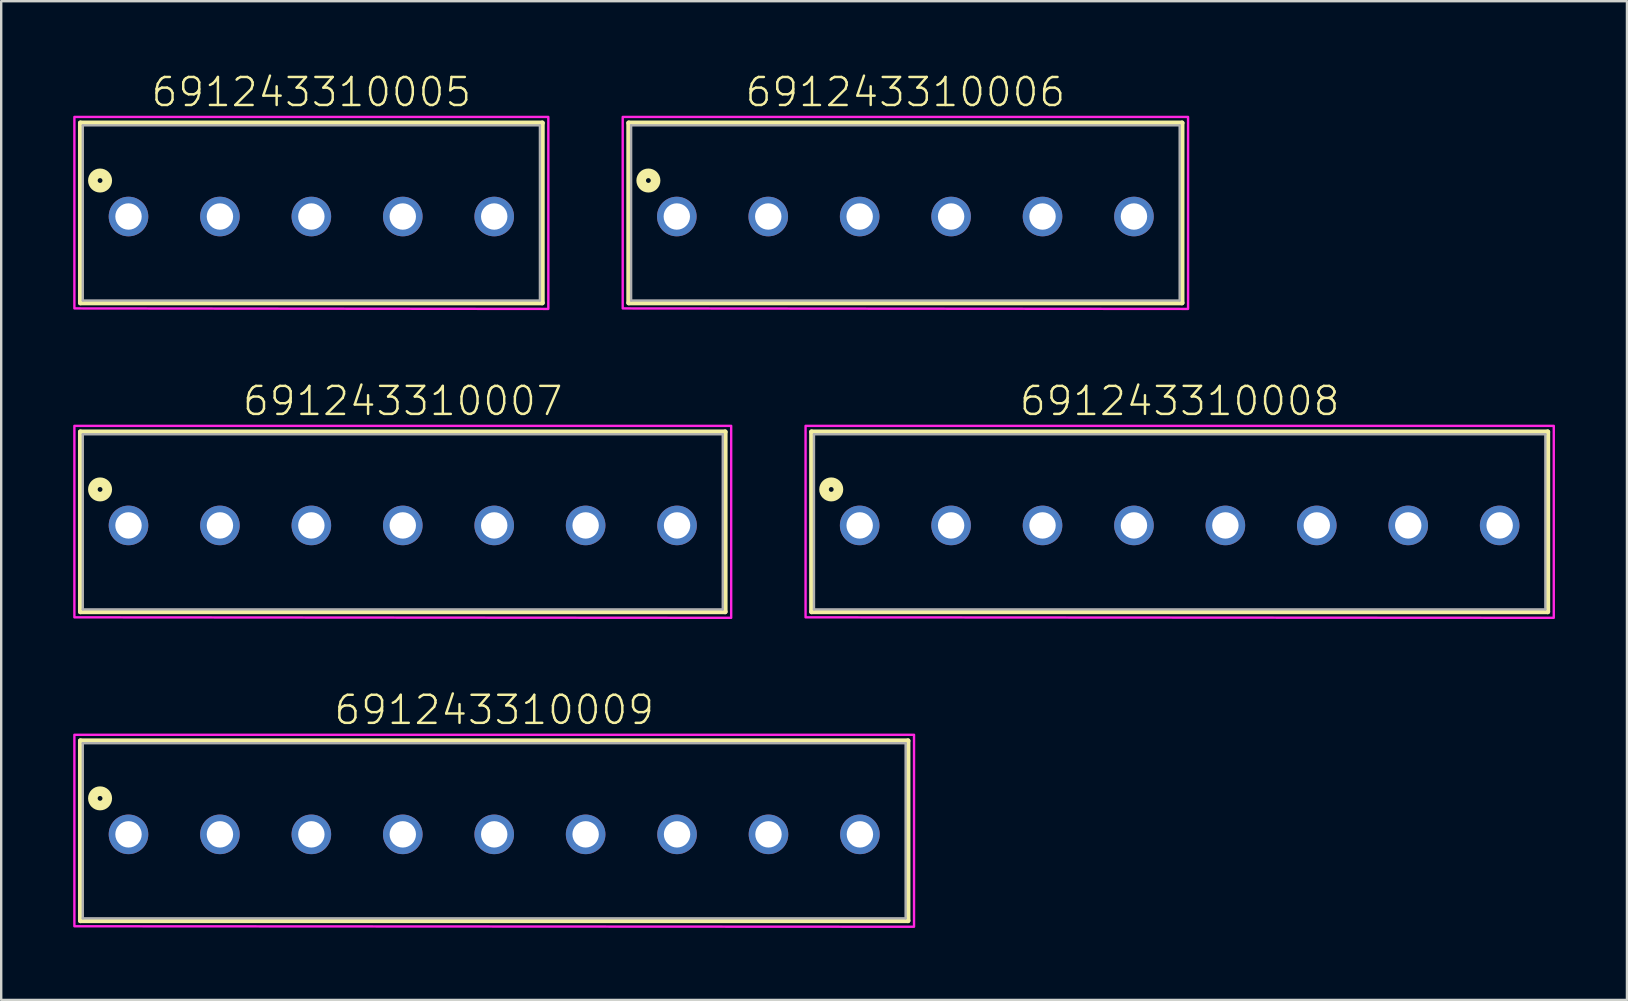
<source format=kicad_pcb>
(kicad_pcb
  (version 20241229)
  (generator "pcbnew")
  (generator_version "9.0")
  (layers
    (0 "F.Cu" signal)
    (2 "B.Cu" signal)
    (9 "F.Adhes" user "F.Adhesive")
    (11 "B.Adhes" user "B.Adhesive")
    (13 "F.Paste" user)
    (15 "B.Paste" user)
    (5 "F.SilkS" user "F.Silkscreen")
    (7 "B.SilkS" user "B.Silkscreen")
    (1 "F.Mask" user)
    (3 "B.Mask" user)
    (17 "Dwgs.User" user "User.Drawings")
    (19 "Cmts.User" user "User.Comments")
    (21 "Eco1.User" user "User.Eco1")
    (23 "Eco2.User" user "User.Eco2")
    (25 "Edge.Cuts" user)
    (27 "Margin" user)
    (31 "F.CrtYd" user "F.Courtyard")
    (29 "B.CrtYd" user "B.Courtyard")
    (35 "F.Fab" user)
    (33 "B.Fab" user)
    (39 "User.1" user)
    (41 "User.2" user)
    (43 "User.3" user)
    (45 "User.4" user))
  (footprint "691243310006"
    (layer "F.Cu")
    (at 34.68 5.973)
    (property "Reference" "691243310006" (at 0 -4.5 0) (unlocked yes) (layer "F.SilkS") (effects (font (size 1.168 1.168) (thickness 0.102)) (justify bottom)))
    (fp_line (start -11.53 -3.9) (end 11.53 -3.9) (stroke (width 0.2) (type solid)) (layer "F.SilkS"))
    (fp_line (start -11.53 3.6) (end -11.53 -3.9) (stroke (width 0.2) (type solid)) (layer "F.SilkS"))
    (fp_line (start 11.53 -3.9) (end 11.53 3.6) (stroke (width 0.2) (type solid)) (layer "F.SilkS"))
    (fp_line (start 11.53 3.6) (end -11.53 3.6) (stroke (width 0.2) (type solid)) (layer "F.SilkS"))
    (fp_circle (center -10.71 -1.5) (end -10.61 -1.5) (stroke (width 0.4) (type solid)) (fill no) (layer "F.SilkS"))
    (fp_poly (pts (xy 11.78 3.85) (xy -11.78 3.83) (xy -11.78 -4.15) (xy 11.78 -4.15)) (stroke (width 0.1) (type default)) (fill no) (layer "F.CrtYd"))
    (fp_line (start -11.43 -3.8) (end -11.43 3.5) (stroke (width 0.1) (type solid)) (layer "F.Fab"))
    (fp_line (start -11.43 -3.8) (end 11.43 -3.8) (stroke (width 0.1) (type solid)) (layer "F.Fab"))
    (fp_line (start -11.43 3.5) (end 11.43 3.5) (stroke (width 0.1) (type solid)) (layer "F.Fab"))
    (fp_line (start 11.43 -3.8) (end 11.43 3.5) (stroke (width 0.1) (type solid)) (layer "F.Fab"))
    (pad "1" thru_hole circle (at -9.525 0) (size 1.65 1.65) (drill 1.1) (layers "*.Cu" "*.Mask"))
    (pad "2" thru_hole circle (at -5.715 0) (size 1.65 1.65) (drill 1.1) (layers "*.Cu" "*.Mask"))
    (pad "3" thru_hole circle (at -1.905 0) (size 1.65 1.65) (drill 1.1) (layers "*.Cu" "*.Mask"))
    (pad "4" thru_hole circle (at 1.905 0) (size 1.65 1.65) (drill 1.1) (layers "*.Cu" "*.Mask"))
    (pad "5" thru_hole circle (at 5.715 0) (size 1.65 1.65) (drill 1.1) (layers "*.Cu" "*.Mask"))
    (pad "6" thru_hole circle (at 9.525 0) (size 1.65 1.65) (drill 1.1) (layers "*.Cu" "*.Mask")))
  (footprint "691243310005"
    (layer "F.Cu")
    (at 9.925 5.973)
    (property "Reference" "691243310005" (at 0 -4.5 0) (unlocked yes) (layer "F.SilkS") (effects (font (size 1.168 1.168) (thickness 0.102)) (justify bottom)))
    (fp_line (start -9.625 -3.9) (end 9.625 -3.9) (stroke (width 0.2) (type solid)) (layer "F.SilkS"))
    (fp_line (start -9.625 3.6) (end -9.625 -3.9) (stroke (width 0.2) (type solid)) (layer "F.SilkS"))
    (fp_line (start 9.625 -3.9) (end 9.625 3.6) (stroke (width 0.2) (type solid)) (layer "F.SilkS"))
    (fp_line (start 9.625 3.6) (end -9.625 3.6) (stroke (width 0.2) (type solid)) (layer "F.SilkS"))
    (fp_circle (center -8.805 -1.5) (end -8.705 -1.5) (stroke (width 0.4) (type solid)) (fill no) (layer "F.SilkS"))
    (fp_poly (pts (xy 9.875 3.85) (xy -9.875 3.83) (xy -9.875 -4.15) (xy 9.875 -4.15)) (stroke (width 0.1) (type default)) (fill no) (layer "F.CrtYd"))
    (fp_line (start -9.525 -3.8) (end -9.525 3.5) (stroke (width 0.1) (type solid)) (layer "F.Fab"))
    (fp_line (start -9.525 -3.8) (end 9.525 -3.8) (stroke (width 0.1) (type solid)) (layer "F.Fab"))
    (fp_line (start -9.525 3.5) (end 9.525 3.5) (stroke (width 0.1) (type solid)) (layer "F.Fab"))
    (fp_line (start 9.525 -3.8) (end 9.525 3.5) (stroke (width 0.1) (type solid)) (layer "F.Fab"))
    (pad "1" thru_hole circle (at -7.62 0) (size 1.65 1.65) (drill 1.1) (layers "*.Cu" "*.Mask"))
    (pad "2" thru_hole circle (at -3.81 0) (size 1.65 1.65) (drill 1.1) (layers "*.Cu" "*.Mask"))
    (pad "3" thru_hole circle (at 0 0) (size 1.65 1.65) (drill 1.1) (layers "*.Cu" "*.Mask"))
    (pad "4" thru_hole circle (at 3.81 0) (size 1.65 1.65) (drill 1.1) (layers "*.Cu" "*.Mask"))
    (pad "5" thru_hole circle (at 7.62 0) (size 1.65 1.65) (drill 1.1) (layers "*.Cu" "*.Mask")))
  (footprint "691243310008"
    (layer "F.Cu")
    (at 46.11 18.846)
    (property "Reference" "691243310008" (at 0 -4.5 0) (unlocked yes) (layer "F.SilkS") (effects (font (size 1.168 1.168) (thickness 0.102)) (justify bottom)))
    (fp_line (start -15.34 -3.9) (end 15.34 -3.9) (stroke (width 0.2) (type solid)) (layer "F.SilkS"))
    (fp_line (start -15.34 3.6) (end -15.34 -3.9) (stroke (width 0.2) (type solid)) (layer "F.SilkS"))
    (fp_line (start 15.34 -3.9) (end 15.34 3.6) (stroke (width 0.2) (type solid)) (layer "F.SilkS"))
    (fp_line (start 15.34 3.6) (end -15.34 3.6) (stroke (width 0.2) (type solid)) (layer "F.SilkS"))
    (fp_circle (center -14.52 -1.5) (end -14.42 -1.5) (stroke (width 0.4) (type solid)) (fill no) (layer "F.SilkS"))
    (fp_poly (pts (xy 15.59 3.85) (xy -15.59 3.83) (xy -15.59 -4.15) (xy 15.59 -4.15)) (stroke (width 0.1) (type default)) (fill no) (layer "F.CrtYd"))
    (fp_line (start -15.24 -3.8) (end -15.24 3.5) (stroke (width 0.1) (type solid)) (layer "F.Fab"))
    (fp_line (start -15.24 -3.8) (end 15.24 -3.8) (stroke (width 0.1) (type solid)) (layer "F.Fab"))
    (fp_line (start -15.24 3.5) (end 15.24 3.5) (stroke (width 0.1) (type solid)) (layer "F.Fab"))
    (fp_line (start 15.24 -3.8) (end 15.24 3.5) (stroke (width 0.1) (type solid)) (layer "F.Fab"))
    (pad "1" thru_hole circle (at -13.335 0) (size 1.65 1.65) (drill 1.1) (layers "*.Cu" "*.Mask"))
    (pad "2" thru_hole circle (at -9.525 0) (size 1.65 1.65) (drill 1.1) (layers "*.Cu" "*.Mask"))
    (pad "3" thru_hole circle (at -5.715 0) (size 1.65 1.65) (drill 1.1) (layers "*.Cu" "*.Mask"))
    (pad "4" thru_hole circle (at -1.905 0) (size 1.65 1.65) (drill 1.1) (layers "*.Cu" "*.Mask"))
    (pad "5" thru_hole circle (at 1.905 0) (size 1.65 1.65) (drill 1.1) (layers "*.Cu" "*.Mask"))
    (pad "6" thru_hole circle (at 5.715 0) (size 1.65 1.65) (drill 1.1) (layers "*.Cu" "*.Mask"))
    (pad "7" thru_hole circle (at 9.525 0) (size 1.65 1.65) (drill 1.1) (layers "*.Cu" "*.Mask"))
    (pad "8" thru_hole circle (at 13.335 0) (size 1.65 1.65) (drill 1.1) (layers "*.Cu" "*.Mask")))
  (footprint "691243310009"
    (layer "F.Cu")
    (at 17.545 31.72)
    (property "Reference" "691243310009" (at 0 -4.5 0) (unlocked yes) (layer "F.SilkS") (effects (font (size 1.168 1.168) (thickness 0.102)) (justify bottom)))
    (fp_line (start -17.245 -3.9) (end 17.245 -3.9) (stroke (width 0.2) (type solid)) (layer "F.SilkS"))
    (fp_line (start -17.245 3.6) (end -17.245 -3.9) (stroke (width 0.2) (type solid)) (layer "F.SilkS"))
    (fp_line (start 17.245 -3.9) (end 17.245 3.6) (stroke (width 0.2) (type solid)) (layer "F.SilkS"))
    (fp_line (start 17.245 3.6) (end -17.245 3.6) (stroke (width 0.2) (type solid)) (layer "F.SilkS"))
    (fp_circle (center -16.425 -1.5) (end -16.325 -1.5) (stroke (width 0.4) (type solid)) (fill no) (layer "F.SilkS"))
    (fp_poly (pts (xy 17.495 3.85) (xy -17.495 3.83) (xy -17.495 -4.15) (xy 17.495 -4.15)) (stroke (width 0.1) (type default)) (fill no) (layer "F.CrtYd"))
    (fp_line (start -17.145 -3.8) (end -17.145 3.5) (stroke (width 0.1) (type solid)) (layer "F.Fab"))
    (fp_line (start -17.145 -3.8) (end 17.145 -3.8) (stroke (width 0.1) (type solid)) (layer "F.Fab"))
    (fp_line (start -17.145 3.5) (end 17.145 3.5) (stroke (width 0.1) (type solid)) (layer "F.Fab"))
    (fp_line (start 17.145 -3.8) (end 17.145 3.5) (stroke (width 0.1) (type solid)) (layer "F.Fab"))
    (pad "1" thru_hole circle (at -15.24 0) (size 1.65 1.65) (drill 1.1) (layers "*.Cu" "*.Mask"))
    (pad "2" thru_hole circle (at -11.43 0) (size 1.65 1.65) (drill 1.1) (layers "*.Cu" "*.Mask"))
    (pad "3" thru_hole circle (at -7.62 0) (size 1.65 1.65) (drill 1.1) (layers "*.Cu" "*.Mask"))
    (pad "4" thru_hole circle (at -3.81 0) (size 1.65 1.65) (drill 1.1) (layers "*.Cu" "*.Mask"))
    (pad "5" thru_hole circle (at 0 0) (size 1.65 1.65) (drill 1.1) (layers "*.Cu" "*.Mask"))
    (pad "6" thru_hole circle (at 3.81 0) (size 1.65 1.65) (drill 1.1) (layers "*.Cu" "*.Mask"))
    (pad "7" thru_hole circle (at 7.62 0) (size 1.65 1.65) (drill 1.1) (layers "*.Cu" "*.Mask"))
    (pad "8" thru_hole circle (at 11.43 0) (size 1.65 1.65) (drill 1.1) (layers "*.Cu" "*.Mask"))
    (pad "9" thru_hole circle (at 15.24 0) (size 1.65 1.65) (drill 1.1) (layers "*.Cu" "*.Mask")))
  (footprint "691243310007"
    (layer "F.Cu")
    (at 13.735 18.846)
    (property "Reference" "691243310007" (at 0 -4.5 0) (unlocked yes) (layer "F.SilkS") (effects (font (size 1.168 1.168) (thickness 0.102)) (justify bottom)))
    (fp_line (start -13.435 -3.9) (end 13.435 -3.9) (stroke (width 0.2) (type solid)) (layer "F.SilkS"))
    (fp_line (start -13.435 3.6) (end -13.435 -3.9) (stroke (width 0.2) (type solid)) (layer "F.SilkS"))
    (fp_line (start 13.435 -3.9) (end 13.435 3.6) (stroke (width 0.2) (type solid)) (layer "F.SilkS"))
    (fp_line (start 13.435 3.6) (end -13.435 3.6) (stroke (width 0.2) (type solid)) (layer "F.SilkS"))
    (fp_circle (center -12.615 -1.5) (end -12.515 -1.5) (stroke (width 0.4) (type solid)) (fill no) (layer "F.SilkS"))
    (fp_poly (pts (xy 13.685 3.85) (xy -13.685 3.83) (xy -13.685 -4.15) (xy 13.685 -4.15)) (stroke (width 0.1) (type default)) (fill no) (layer "F.CrtYd"))
    (fp_line (start -13.335 -3.8) (end -13.335 3.5) (stroke (width 0.1) (type solid)) (layer "F.Fab"))
    (fp_line (start -13.335 -3.8) (end 13.335 -3.8) (stroke (width 0.1) (type solid)) (layer "F.Fab"))
    (fp_line (start -13.335 3.5) (end 13.335 3.5) (stroke (width 0.1) (type solid)) (layer "F.Fab"))
    (fp_line (start 13.335 -3.8) (end 13.335 3.5) (stroke (width 0.1) (type solid)) (layer "F.Fab"))
    (pad "1" thru_hole circle (at -11.43 0) (size 1.65 1.65) (drill 1.1) (layers "*.Cu" "*.Mask"))
    (pad "2" thru_hole circle (at -7.62 0) (size 1.65 1.65) (drill 1.1) (layers "*.Cu" "*.Mask"))
    (pad "3" thru_hole circle (at -3.81 0) (size 1.65 1.65) (drill 1.1) (layers "*.Cu" "*.Mask"))
    (pad "4" thru_hole circle (at 0 0) (size 1.65 1.65) (drill 1.1) (layers "*.Cu" "*.Mask"))
    (pad "5" thru_hole circle (at 3.81 0) (size 1.65 1.65) (drill 1.1) (layers "*.Cu" "*.Mask"))
    (pad "6" thru_hole circle (at 7.62 0) (size 1.65 1.65) (drill 1.1) (layers "*.Cu" "*.Mask"))
    (pad "7" thru_hole circle (at 11.43 0) (size 1.65 1.65) (drill 1.1) (layers "*.Cu" "*.Mask")))
  (gr_rect
    (start -3 -3)
    (end 64.75 38.62)
    (stroke (width 0.1) (type default))
    (fill no)
    (layer "Edge.Cuts")))
</source>
